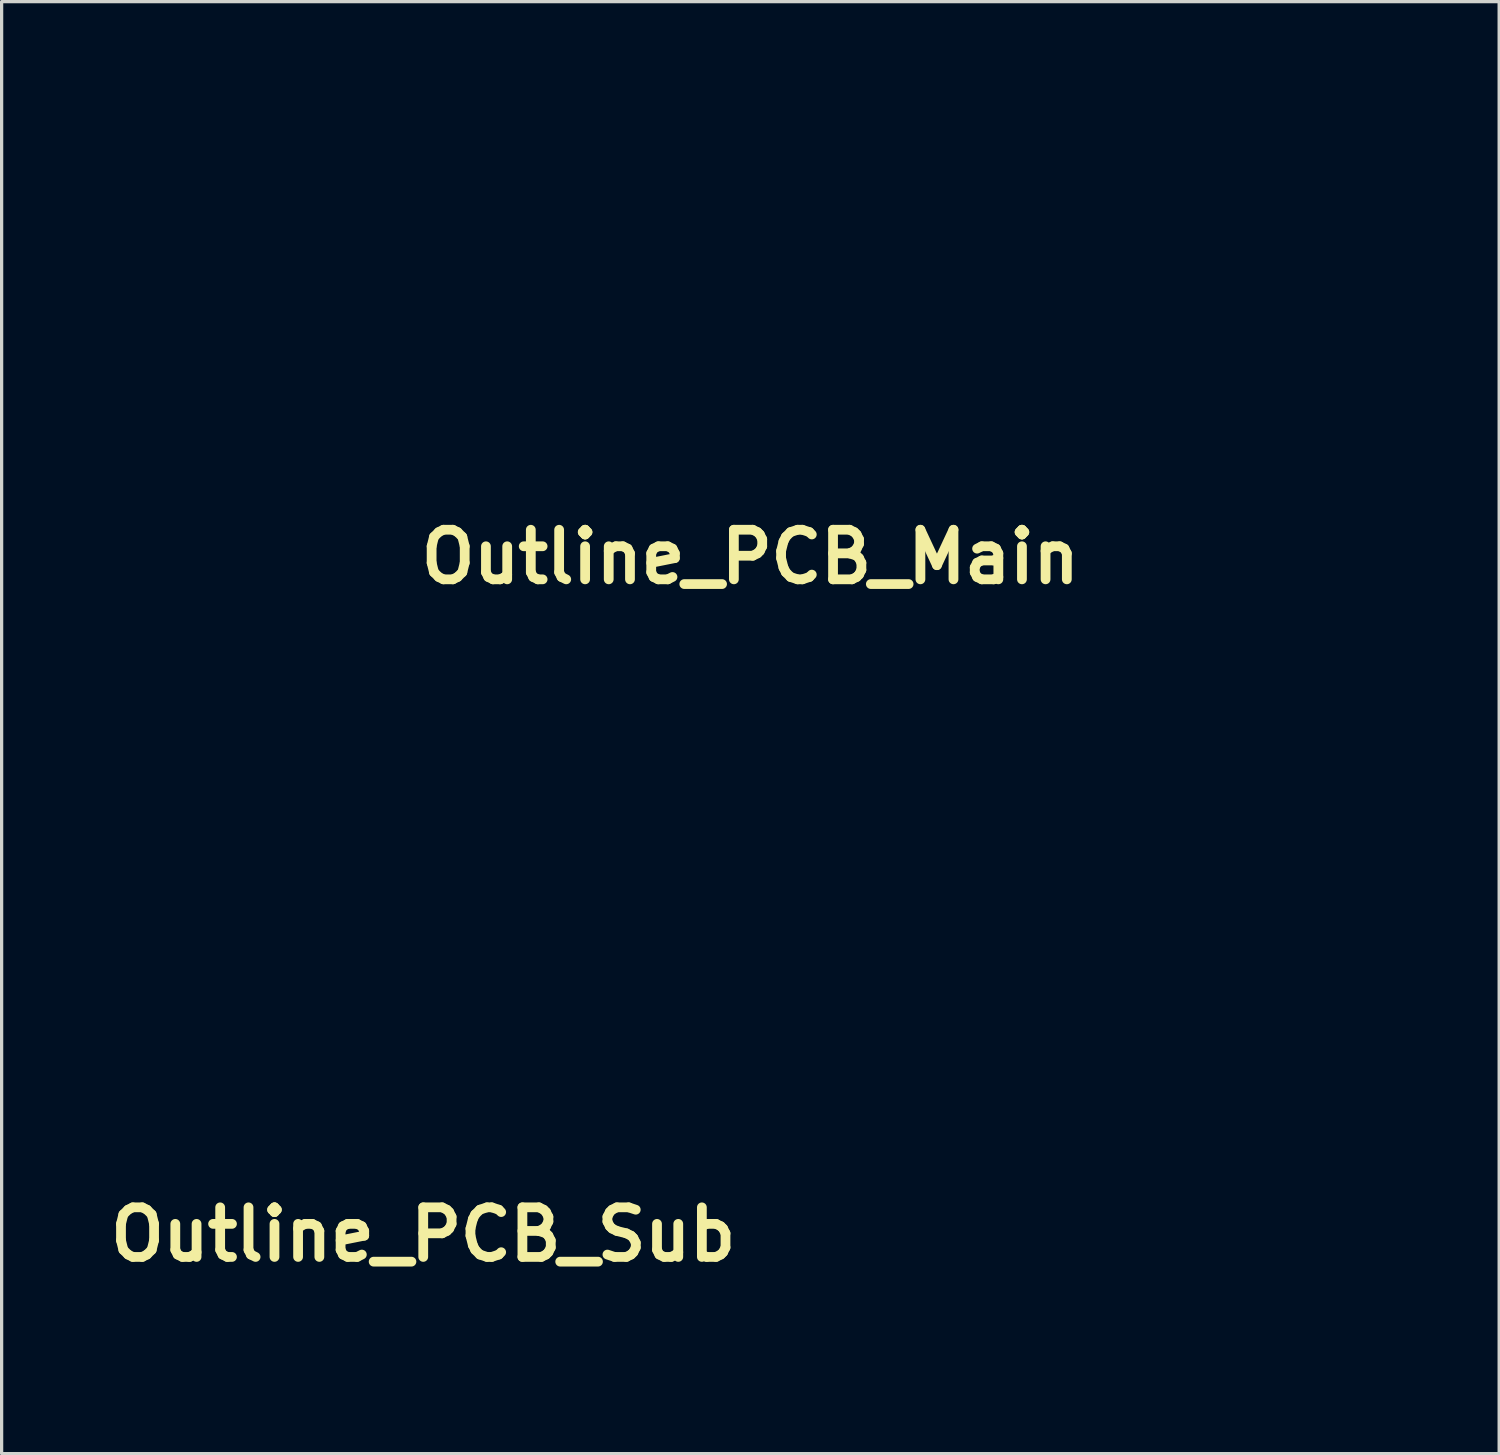
<source format=kicad_pcb>
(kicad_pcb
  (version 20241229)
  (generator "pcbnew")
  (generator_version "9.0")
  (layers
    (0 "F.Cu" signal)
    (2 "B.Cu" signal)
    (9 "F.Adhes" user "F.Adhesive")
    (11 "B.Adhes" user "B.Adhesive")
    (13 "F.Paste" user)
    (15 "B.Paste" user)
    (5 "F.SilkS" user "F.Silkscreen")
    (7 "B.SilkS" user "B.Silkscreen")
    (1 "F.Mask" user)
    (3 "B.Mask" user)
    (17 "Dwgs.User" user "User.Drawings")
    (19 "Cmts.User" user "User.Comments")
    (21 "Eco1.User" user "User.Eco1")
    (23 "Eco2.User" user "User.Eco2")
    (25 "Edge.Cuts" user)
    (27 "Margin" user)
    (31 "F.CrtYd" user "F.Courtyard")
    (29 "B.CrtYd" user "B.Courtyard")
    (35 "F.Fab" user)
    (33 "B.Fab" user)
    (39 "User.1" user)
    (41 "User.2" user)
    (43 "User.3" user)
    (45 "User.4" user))
  (footprint "Outline_PCB_Sub"
    (layer "F.Cu")
    (at 9.958 34.891)
    (property "Reference" "Outline_PCB_Sub" (at 0 0 0) (layer "F.SilkS") (effects (font (size 1.524 1.524) (thickness 0.3))))
    (attr through_hole)
    (fp_poly (pts (xy 9.979 3.729) (xy 5.242 3.729) (xy 5.235 2.161) (xy 5.229 0.592) (xy -5.178 0.592) (xy -5.185 2.161) (xy -5.191 3.729) (xy -9.953 3.729) (xy -9.953 -3.729) (xy 9.979 -3.729) (xy 9.979 3.729)) (stroke (width 0.01) (type solid)) (fill no) (layer "Eco1.User")))
  (footprint "Outline_PCB_Main"
    (layer "F.Cu")
    (at 20.013 14.066)
    (property "Reference" "Outline_PCB_Main" (at 0 0 0) (layer "F.SilkS") (effects (font (size 1.524 1.524) (thickness 0.3))))
    (attr through_hole)
    (fp_poly (pts (xy 0.194 -1.874) (xy 0.349 -1.869) (xy 0.479 -1.857) (xy 0.594 -1.837) (xy 0.708 -1.806) (xy 0.832 -1.763) (xy 0.945 -1.719) (xy 1.205 -1.593) (xy 1.462 -1.426) (xy 1.705 -1.228) (xy 1.922 -1.009) (xy 2.102 -0.777) (xy 2.104 -0.772) (xy 2.274 -0.473) (xy 2.399 -0.156) (xy 2.479 0.173) (xy 2.515 0.51) (xy 2.506 0.848) (xy 2.453 1.183) (xy 2.356 1.509) (xy 2.214 1.82) (xy 2.053 2.079) (xy 1.971 2.183) (xy 1.861 2.304) (xy 1.737 2.431) (xy 1.609 2.551) (xy 1.489 2.654) (xy 1.403 2.719) (xy 1.209 2.834) (xy 0.986 2.938) (xy 0.75 3.024) (xy 0.52 3.086) (xy 0.357 3.114) (xy 0.277 3.123) (xy 0.22 3.131) (xy 0.202 3.134) (xy 0.173 3.135) (xy 0.104 3.133) (xy 0.003 3.129) (xy -0.12 3.124) (xy -0.164 3.121) (xy -0.318 3.113) (xy -0.438 3.102) (xy -0.538 3.086) (xy -0.633 3.062) (xy -0.739 3.029) (xy -0.756 3.023) (xy -1.1 2.883) (xy -1.408 2.709) (xy -1.681 2.498) (xy -1.92 2.251) (xy -2.096 2.016) (xy -2.243 1.772) (xy -2.352 1.534) (xy -2.433 1.283) (xy -2.484 1.046) (xy -2.52 0.704) (xy -2.515 0.555) (xy -1.532 0.555) (xy -1.517 0.797) (xy -1.458 1.048) (xy -1.356 1.301) (xy -1.346 1.32) (xy -1.278 1.447) (xy -1.21 1.548) (xy -1.13 1.64) (xy -1.026 1.739) (xy -0.977 1.781) (xy -0.772 1.927) (xy -0.542 2.038) (xy -0.298 2.11) (xy -0.049 2.142) (xy 0.197 2.131) (xy 0.394 2.089) (xy 0.668 1.981) (xy 0.906 1.837) (xy 1.109 1.658) (xy 1.276 1.443) (xy 1.407 1.192) (xy 1.485 0.97) (xy 1.506 0.862) (xy 1.517 0.724) (xy 1.519 0.573) (xy 1.511 0.43) (xy 1.505 0.381) (xy 1.466 0.213) (xy 1.398 0.032) (xy 1.309 -0.146) (xy 1.207 -0.308) (xy 1.099 -0.438) (xy 1.073 -0.463) (xy 0.933 -0.581) (xy 0.807 -0.67) (xy 0.678 -0.742) (xy 0.64 -0.76) (xy 0.51 -0.816) (xy 0.399 -0.854) (xy 0.289 -0.877) (xy 0.165 -0.888) (xy 0.01 -0.892) (xy -0.013 -0.892) (xy -0.148 -0.89) (xy -0.251 -0.882) (xy -0.339 -0.867) (xy -0.431 -0.841) (xy -0.491 -0.82) (xy -0.749 -0.704) (xy -0.975 -0.55) (xy -1.166 -0.359) (xy -1.321 -0.134) (xy -1.44 0.125) (xy -1.501 0.328) (xy -1.532 0.555) (xy -2.515 0.555) (xy -2.508 0.366) (xy -2.451 0.036) (xy -2.351 -0.281) (xy -2.211 -0.582) (xy -2.033 -0.862) (xy -1.82 -1.118) (xy -1.575 -1.345) (xy -1.3 -1.541) (xy -0.997 -1.699) (xy -0.67 -1.817) (xy -0.668 -1.818) (xy -0.588 -1.839) (xy -0.512 -1.854) (xy -0.429 -1.864) (xy -0.33 -1.871) (xy -0.203 -1.874) (xy -0.038 -1.875) (xy 0 -1.875) (xy 0.194 -1.874)) (stroke (width 0.01) (type solid)) (fill no) (layer "Eco1.User"))
    (fp_poly (pts (xy 9.979 -6.602) (xy 12.032 -6.602) (xy 16.02 -2.614) (xy 20.008 1.373) (xy 20.008 14.086) (xy -20.008 14.086) (xy -20.008 12.958) (xy -16.703 12.958) (xy -16.702 13.061) (xy -16.7 13.136) (xy -16.695 13.171) (xy -16.683 13.18) (xy -16.652 13.188) (xy -16.596 13.193) (xy -16.512 13.197) (xy -16.395 13.199) (xy -16.242 13.2) (xy -16.046 13.199) (xy -15.806 13.198) (xy -14.93 13.191) (xy -14.93 12.536) (xy -16.694 12.536) (xy -16.701 12.837) (xy -16.703 12.958) (xy -20.008 12.958) (xy -20.008 10.564) (xy -18.694 10.564) (xy -18.693 10.667) (xy -18.69 10.742) (xy -18.686 10.777) (xy -18.674 10.787) (xy -18.642 10.794) (xy -18.587 10.799) (xy -18.503 10.803) (xy -18.386 10.805) (xy -18.232 10.806) (xy -18.037 10.806) (xy -17.797 10.804) (xy -16.921 10.798) (xy -16.921 10.142) (xy -18.685 10.142) (xy -18.692 10.443) (xy -18.694 10.564) (xy -20.008 10.564) (xy -20.008 9.03) (xy -9.165 9.03) (xy -9.164 9.04) (xy -9.154 9.074) (xy -9.142 9.14) (xy -9.136 9.185) (xy -9.123 9.273) (xy -9.109 9.35) (xy -9.104 9.374) (xy -9.082 9.435) (xy -9.04 9.523) (xy -8.988 9.623) (xy -8.932 9.718) (xy -8.891 9.781) (xy -8.819 9.862) (xy -8.713 9.952) (xy -8.588 10.042) (xy -8.456 10.121) (xy -8.34 10.176) (xy -8.252 10.211) (xy -8.181 10.232) (xy -8.11 10.244) (xy -8.024 10.248) (xy -7.907 10.247) (xy -7.875 10.246) (xy -7.727 10.24) (xy -7.622 10.228) (xy -7.549 10.21) (xy -7.522 10.197) (xy -7.459 10.168) (xy -7.41 10.155) (xy -7.408 10.155) (xy -7.364 10.142) (xy -7.3 10.111) (xy -7.282 10.101) (xy -7.078 9.95) (xy -6.911 9.771) (xy -6.783 9.571) (xy -6.696 9.353) (xy -6.651 9.125) (xy -6.65 8.892) (xy -6.695 8.659) (xy -6.786 8.432) (xy -6.811 8.387) (xy -6.874 8.286) (xy -6.944 8.192) (xy -7.008 8.121) (xy -7.018 8.112) (xy -7.092 8.047) (xy -7.164 7.985) (xy -7.189 7.964) (xy -7.244 7.927) (xy -7.332 7.881) (xy -7.437 7.835) (xy -7.479 7.818) (xy -7.59 7.777) (xy -7.675 7.753) (xy -7.755 7.742) (xy -7.851 7.741) (xy -7.925 7.743) (xy -8.178 7.777) (xy -8.411 7.855) (xy -8.62 7.973) (xy -8.8 8.129) (xy -8.948 8.318) (xy -9.06 8.538) (xy -9.131 8.783) (xy -9.133 8.794) (xy -9.15 8.896) (xy -9.161 8.979) (xy -9.165 9.03) (xy -20.008 9.03) (xy -20.008 6.86) (xy -16.703 6.86) (xy -16.702 6.963) (xy -16.7 7.038) (xy -16.695 7.073) (xy -16.683 7.082) (xy -16.652 7.09) (xy -16.596 7.095) (xy -16.512 7.099) (xy -16.395 7.101) (xy -16.242 7.102) (xy -16.046 7.101) (xy -15.806 7.1) (xy -14.93 7.093) (xy -14.93 6.486) (xy -0.68 6.486) (xy -0.667 6.512) (xy -0.63 6.575) (xy -0.571 6.67) (xy -0.494 6.793) (xy -0.402 6.938) (xy -0.299 7.101) (xy -0.186 7.277) (xy -0.068 7.461) (xy 0.052 7.648) (xy 0.063 7.664) (xy 0.152 7.802) (xy 0.254 7.961) (xy 0.354 8.117) (xy 0.416 8.215) (xy 0.499 8.345) (xy 0.587 8.484) (xy 0.671 8.613) (xy 0.728 8.701) (xy 0.788 8.797) (xy 0.839 8.884) (xy 0.872 8.949) (xy 0.881 8.97) (xy 0.882 8.991) (xy 0.873 9.023) (xy 0.854 9.069) (xy 0.822 9.132) (xy 0.775 9.215) (xy 0.711 9.322) (xy 0.628 9.456) (xy 0.524 9.62) (xy 0.398 9.817) (xy 0.247 10.051) (xy 0.139 10.218) (xy 0.068 10.328) (xy -0.017 10.46) (xy -0.103 10.595) (xy -0.151 10.672) (xy -0.292 10.895) (xy -0.408 11.077) (xy -0.499 11.219) (xy -0.567 11.324) (xy -0.595 11.366) (xy -0.633 11.428) (xy -0.654 11.476) (xy -0.655 11.486) (xy -0.644 11.489) (xy -0.611 11.493) (xy -0.554 11.496) (xy -0.47 11.499) (xy -0.359 11.501) (xy -0.22 11.503) (xy -0.049 11.506) (xy 0.153 11.507) (xy 0.39 11.509) (xy 0.661 11.51) (xy 0.97 11.512) (xy 1.318 11.513) (xy 1.705 11.514) (xy 2.135 11.514) (xy 2.608 11.515) (xy 3.126 11.515) (xy 3.691 11.515) (xy 4.304 11.515) (xy 4.517 11.515) (xy 5.024 11.515) (xy 5.518 11.515) (xy 5.996 11.514) (xy 6.456 11.514) (xy 6.896 11.513) (xy 7.312 11.512) (xy 7.704 11.511) (xy 8.068 11.51) (xy 8.402 11.509) (xy 8.704 11.507) (xy 8.972 11.506) (xy 9.202 11.504) (xy 9.393 11.503) (xy 9.542 11.501) (xy 9.647 11.499) (xy 9.705 11.498) (xy 9.717 11.496) (xy 9.732 11.483) (xy 9.753 11.455) (xy 9.784 11.409) (xy 9.828 11.337) (xy 9.889 11.234) (xy 9.971 11.095) (xy 9.997 11.05) (xy 10.058 10.945) (xy 10.132 10.817) (xy 10.216 10.672) (xy 10.304 10.519) (xy 10.394 10.364) (xy 10.48 10.215) (xy 10.558 10.08) (xy 10.624 9.965) (xy 10.673 9.879) (xy 10.702 9.829) (xy 10.703 9.827) (xy 10.763 9.721) (xy 10.832 9.601) (xy 10.904 9.475) (xy 10.976 9.351) (xy 11.043 9.237) (xy 11.099 9.141) (xy 11.14 9.071) (xy 11.162 9.036) (xy 11.164 9.034) (xy 11.159 9.004) (xy 11.141 8.96) (xy 15.841 8.96) (xy 15.842 9.039) (xy 15.854 9.133) (xy 15.866 9.209) (xy 15.888 9.319) (xy 15.914 9.415) (xy 15.94 9.484) (xy 15.949 9.499) (xy 15.99 9.57) (xy 16.025 9.645) (xy 16.087 9.751) (xy 16.187 9.863) (xy 16.314 9.974) (xy 16.458 10.073) (xy 16.608 10.153) (xy 16.672 10.179) (xy 16.913 10.242) (xy 17.154 10.256) (xy 17.392 10.22) (xy 17.489 10.191) (xy 17.605 10.149) (xy 17.689 10.115) (xy 17.755 10.079) (xy 17.82 10.032) (xy 17.898 9.967) (xy 17.932 9.938) (xy 18.103 9.757) (xy 18.23 9.55) (xy 18.314 9.32) (xy 18.34 9.184) (xy 18.356 9.038) (xy 18.358 8.928) (xy 18.346 8.844) (xy 18.33 8.758) (xy 18.321 8.682) (xy 18.32 8.665) (xy 18.307 8.611) (xy 18.273 8.532) (xy 18.225 8.442) (xy 18.218 8.432) (xy 18.17 8.35) (xy 18.135 8.285) (xy 18.118 8.249) (xy 18.118 8.246) (xy 18.1 8.221) (xy 18.053 8.174) (xy 17.985 8.111) (xy 17.907 8.041) (xy 17.828 7.974) (xy 17.779 7.935) (xy 17.732 7.908) (xy 17.652 7.871) (xy 17.553 7.831) (xy 17.511 7.815) (xy 17.319 7.757) (xy 17.143 7.733) (xy 16.969 7.744) (xy 16.781 7.79) (xy 16.684 7.824) (xy 16.449 7.936) (xy 16.25 8.082) (xy 16.089 8.261) (xy 15.967 8.471) (xy 15.884 8.713) (xy 15.873 8.766) (xy 15.851 8.876) (xy 15.841 8.96) (xy 11.141 8.96) (xy 11.132 8.94) (xy 11.087 8.849) (xy 11.028 8.742) (xy 11.007 8.706) (xy 10.935 8.581) (xy 10.864 8.458) (xy 10.803 8.35) (xy 10.759 8.271) (xy 10.755 8.265) (xy 10.712 8.188) (xy 10.677 8.128) (xy 10.66 8.101) (xy 10.65 8.087) (xy 10.635 8.063) (xy 10.612 8.023) (xy 10.576 7.961) (xy 10.525 7.87) (xy 10.455 7.745) (xy 10.408 7.66) (xy 10.348 7.556) (xy 10.277 7.434) (xy 10.208 7.318) (xy 10.201 7.307) (xy 10.138 7.202) (xy 10.075 7.094) (xy 10.025 7.005) (xy 10.017 6.992) (xy 9.971 6.908) (xy 9.911 6.801) (xy 9.85 6.693) (xy 9.841 6.678) (xy 9.734 6.489) (xy 4.527 6.482) (xy 4.019 6.482) (xy 3.524 6.481) (xy 3.045 6.481) (xy 2.584 6.481) (xy 2.144 6.48) (xy 1.727 6.48) (xy 1.335 6.48) (xy 0.97 6.481) (xy 0.636 6.481) (xy 0.334 6.481) (xy 0.067 6.482) (xy -0.164 6.482) (xy -0.355 6.483) (xy -0.504 6.484) (xy -0.609 6.484) (xy -0.668 6.485) (xy -0.68 6.486) (xy -14.93 6.486) (xy -14.93 6.438) (xy -16.694 6.438) (xy -16.701 6.739) (xy -16.703 6.86) (xy -20.008 6.86) (xy -20.008 5.045) (xy -18.694 5.045) (xy -18.693 5.149) (xy -18.69 5.224) (xy -18.686 5.259) (xy -18.674 5.268) (xy -18.642 5.275) (xy -18.587 5.281) (xy -18.503 5.284) (xy -18.386 5.287) (xy -18.232 5.288) (xy -18.037 5.287) (xy -17.797 5.286) (xy -16.921 5.279) (xy -16.921 4.624) (xy -18.685 4.624) (xy -18.692 4.925) (xy -18.694 5.045) (xy -20.008 5.045) (xy -20.008 3.118) (xy -8.261 3.118) (xy -8.26 3.304) (xy -8.259 3.459) (xy -8.258 3.58) (xy -8.256 3.661) (xy -8.254 3.697) (xy -8.254 3.698) (xy -8.233 3.711) (xy -8.181 3.721) (xy -8.091 3.726) (xy -7.959 3.729) (xy -7.875 3.729) (xy -7.509 3.729) (xy -7.515 2.463) (xy -7.521 1.257) (xy -5.212 1.257) (xy -5.212 1.763) (xy -5.211 2.245) (xy -5.211 2.7) (xy -5.211 3.127) (xy -5.211 3.523) (xy -5.21 3.886) (xy -5.21 4.215) (xy -5.209 4.507) (xy -5.209 4.761) (xy -5.208 4.975) (xy -5.207 5.146) (xy -5.206 5.273) (xy -5.205 5.353) (xy -5.204 5.386) (xy -5.204 5.386) (xy -5.194 5.39) (xy -5.165 5.393) (xy -5.115 5.397) (xy -5.043 5.399) (xy -4.948 5.402) (xy -4.826 5.404) (xy -4.677 5.406) (xy -4.498 5.408) (xy -4.289 5.409) (xy -4.047 5.411) (xy -3.77 5.412) (xy -3.458 5.412) (xy -3.107 5.413) (xy -2.717 5.413) (xy -2.285 5.413) (xy -1.811 5.413) (xy -1.291 5.413) (xy -0.725 5.412) (xy -0.11 5.412) (xy 0.006 5.411) (xy 5.203 5.405) (xy 5.203 3.118) (xy 5.246 3.118) (xy 5.246 3.304) (xy 5.247 3.459) (xy 5.249 3.58) (xy 5.25 3.661) (xy 5.253 3.697) (xy 5.253 3.698) (xy 5.273 3.711) (xy 5.325 3.721) (xy 5.415 3.726) (xy 5.547 3.729) (xy 5.631 3.729) (xy 5.998 3.729) (xy 5.993 2.908) (xy 12.553 2.908) (xy 12.553 3.118) (xy 12.554 3.304) (xy 12.555 3.46) (xy 12.556 3.58) (xy 12.558 3.661) (xy 12.56 3.698) (xy 12.561 3.699) (xy 12.578 3.712) (xy 12.624 3.72) (xy 12.703 3.725) (xy 12.823 3.725) (xy 12.933 3.724) (xy 13.292 3.717) (xy 13.292 1.197) (xy 12.561 1.197) (xy 12.555 2.432) (xy 12.554 2.677) (xy 12.553 2.908) (xy 5.993 2.908) (xy 5.991 2.463) (xy 5.985 1.197) (xy 5.254 1.197) (xy 5.247 2.432) (xy 5.246 2.677) (xy 5.246 2.907) (xy 5.246 3.118) (xy 5.203 3.118) (xy 5.203 -1.89) (xy 5.246 -1.89) (xy 5.246 -1.678) (xy 5.246 -1.491) (xy 5.247 -1.334) (xy 5.249 -1.212) (xy 5.25 -1.129) (xy 5.253 -1.091) (xy 5.253 -1.089) (xy 5.271 -1.076) (xy 5.316 -1.067) (xy 5.396 -1.063) (xy 5.515 -1.062) (xy 5.625 -1.064) (xy 5.985 -1.071) (xy 5.985 -1.89) (xy 12.553 -1.89) (xy 12.553 -1.678) (xy 12.554 -1.491) (xy 12.555 -1.334) (xy 12.556 -1.212) (xy 12.558 -1.129) (xy 12.56 -1.091) (xy 12.561 -1.089) (xy 12.578 -1.076) (xy 12.624 -1.067) (xy 12.703 -1.063) (xy 12.823 -1.062) (xy 12.933 -1.064) (xy 13.292 -1.071) (xy 13.292 -3.616) (xy 12.561 -3.616) (xy 12.555 -2.369) (xy 12.554 -2.122) (xy 12.553 -1.89) (xy 5.985 -1.89) (xy 5.985 -3.616) (xy 5.254 -3.616) (xy 5.247 -2.369) (xy 5.246 -2.122) (xy 5.246 -1.89) (xy 5.203 -1.89) (xy 5.203 -9.739) (xy -5.203 -9.739) (xy -5.21 -2.192) (xy -5.21 -1.579) (xy -5.211 -0.978) (xy -5.211 -0.392) (xy -5.211 0.177) (xy -5.211 0.727) (xy -5.212 1.257) (xy -7.521 1.257) (xy -7.522 1.197) (xy -8.252 1.197) (xy -8.259 2.432) (xy -8.26 2.677) (xy -8.261 2.907) (xy -8.261 3.118) (xy -20.008 3.118) (xy -20.008 1.373) (xy -19.985 1.351) (xy -16.703 1.351) (xy -16.702 1.452) (xy -16.7 1.524) (xy -16.695 1.555) (xy -16.683 1.564) (xy -16.652 1.571) (xy -16.597 1.577) (xy -16.513 1.58) (xy -16.397 1.583) (xy -16.244 1.583) (xy -16.049 1.583) (xy -15.808 1.582) (xy -15.806 1.582) (xy -14.93 1.575) (xy -14.93 0.945) (xy -16.694 0.945) (xy -16.701 1.233) (xy -16.703 1.351) (xy -19.985 1.351) (xy -16.744 -1.89) (xy -8.261 -1.89) (xy -8.261 -1.678) (xy -8.26 -1.491) (xy -8.259 -1.334) (xy -8.258 -1.212) (xy -8.256 -1.129) (xy -8.254 -1.091) (xy -8.253 -1.089) (xy -8.235 -1.076) (xy -8.19 -1.067) (xy -8.111 -1.063) (xy -7.991 -1.062) (xy -7.881 -1.064) (xy -7.522 -1.071) (xy -7.522 -3.616) (xy -8.252 -3.616) (xy -8.259 -2.369) (xy -8.26 -2.122) (xy -8.261 -1.89) (xy -16.744 -1.89) (xy -16.02 -2.614) (xy -12.032 -6.602) (xy -9.979 -6.602) (xy -9.979 -14.061) (xy 9.979 -14.061) (xy 9.979 -6.602)) (stroke (width 0.01) (type solid)) (fill no) (layer "Eco1.User")))
  (gr_rect
    (start -3 -3)
    (end 43.025 41.625)
    (stroke (width 0.1) (type default))
    (fill no)
    (layer "Edge.Cuts")))
</source>
